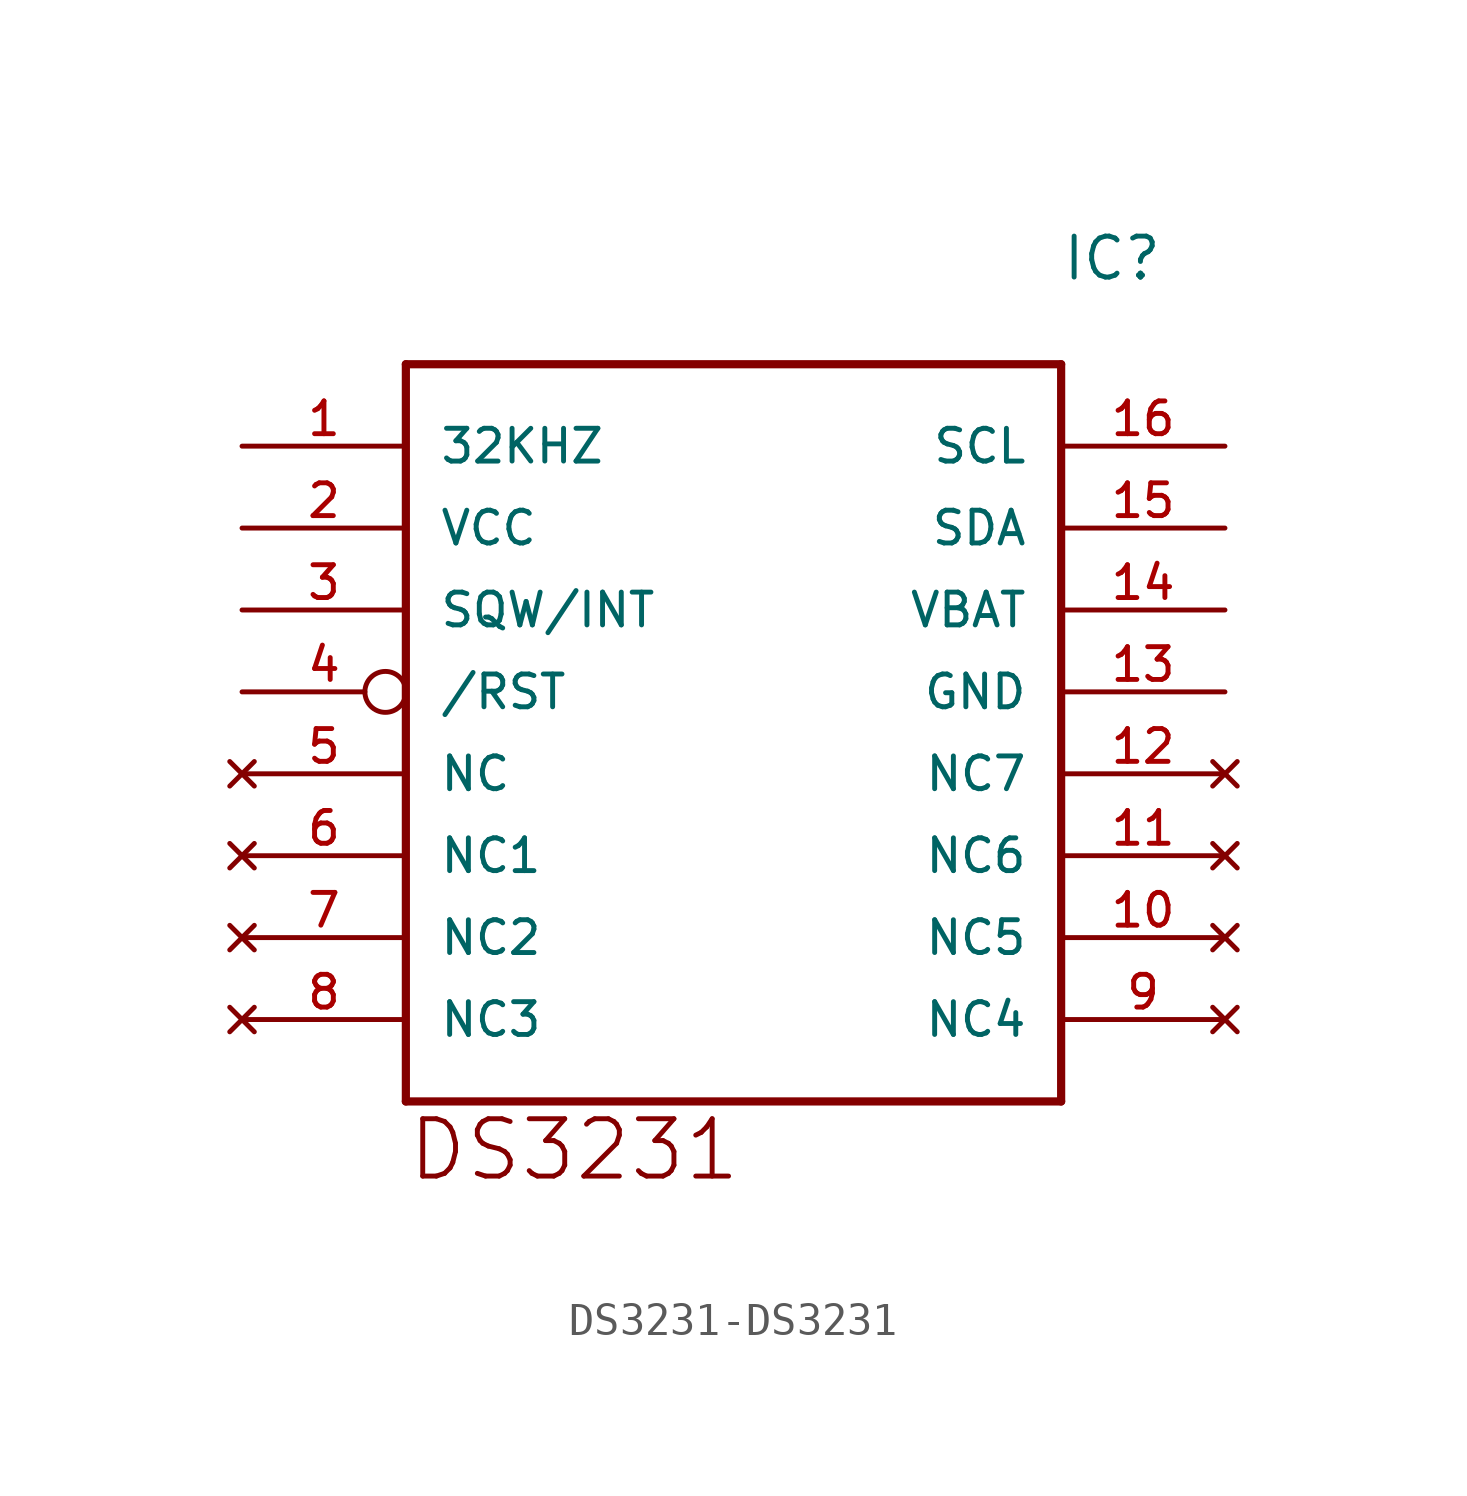
<source format=kicad_sym>
(kicad_symbol_lib
  (version 20220914)
  (generator kicad_symbol_editor)
  (symbol "DS3231-DS3231"
    (pin_names
      (offset 1.016))
    (property "Reference" "IC"
      (at 10.16 15.24 0)
      (effects (font (size 1.27 1.27)) (justify left bottom)))
    (property "ki_locked" ""
      (at 0 0 0)
      (effects (font (size 1.27 1.27))))
    (symbol "DS3231-DS3231_0_0"
      (polyline (pts (xy -10.16 -10.16) (xy -10.16 12.7)) (stroke (width 0.254) (type solid)) (fill (type none)))
      (polyline (pts (xy -10.16 12.7) (xy 10.16 12.7)) (stroke (width 0.254) (type solid)) (fill (type none)))
      (polyline (pts (xy 10.16 -10.16) (xy -10.16 -10.16)) (stroke (width 0.254) (type solid)) (fill (type none)))
      (polyline (pts (xy 10.16 12.7) (xy 10.16 -10.16)) (stroke (width 0.254) (type solid)) (fill (type none)))
      (text "DS3231" (at -10.16 -12.7 0) (effects (font (size 1.778 1.778)) (justify left bottom)))
      (pin output line (at -15.24 10.16 0) (length 5.08) (name "32KHZ" (effects (font (size 1.016 1.016)))) (number "1" (effects (font (size 1.016 1.016)))))
      (pin no_connect line (at 15.24 -5.08 180) (length 5.08) (name "NC5" (effects (font (size 1.016 1.016)))) (number "10" (effects (font (size 1.016 1.016)))))
      (pin no_connect line (at 15.24 -2.54 180) (length 5.08) (name "NC6" (effects (font (size 1.016 1.016)))) (number "11" (effects (font (size 1.016 1.016)))))
      (pin no_connect line (at 15.24 0 180) (length 5.08) (name "NC7" (effects (font (size 1.016 1.016)))) (number "12" (effects (font (size 1.016 1.016)))))
      (pin power_in line (at 15.24 2.54 180) (length 5.08) (name "GND" (effects (font (size 1.016 1.016)))) (number "13" (effects (font (size 1.016 1.016)))))
      (pin power_in line (at 15.24 5.08 180) (length 5.08) (name "VBAT" (effects (font (size 1.016 1.016)))) (number "14" (effects (font (size 1.016 1.016)))))
      (pin bidirectional line (at 15.24 7.62 180) (length 5.08) (name "SDA" (effects (font (size 1.016 1.016)))) (number "15" (effects (font (size 1.016 1.016)))))
      (pin bidirectional line (at 15.24 10.16 180) (length 5.08) (name "SCL" (effects (font (size 1.016 1.016)))) (number "16" (effects (font (size 1.016 1.016)))))
      (pin power_in line (at -15.24 7.62 0) (length 5.08) (name "VCC" (effects (font (size 1.016 1.016)))) (number "2" (effects (font (size 1.016 1.016)))))
      (pin output line (at -15.24 5.08 0) (length 5.08) (name "SQW/INT" (effects (font (size 1.016 1.016)))) (number "3" (effects (font (size 1.016 1.016)))))
      (pin passive inverted (at -15.24 2.54 0) (length 5.08) (name "/RST" (effects (font (size 1.016 1.016)))) (number "4" (effects (font (size 1.016 1.016)))))
      (pin no_connect line (at -15.24 0 0) (length 5.08) (name "NC" (effects (font (size 1.016 1.016)))) (number "5" (effects (font (size 1.016 1.016)))))
      (pin no_connect line (at -15.24 -2.54 0) (length 5.08) (name "NC1" (effects (font (size 1.016 1.016)))) (number "6" (effects (font (size 1.016 1.016)))))
      (pin no_connect line (at -15.24 -5.08 0) (length 5.08) (name "NC2" (effects (font (size 1.016 1.016)))) (number "7" (effects (font (size 1.016 1.016)))))
      (pin no_connect line (at -15.24 -7.62 0) (length 5.08) (name "NC3" (effects (font (size 1.016 1.016)))) (number "8" (effects (font (size 1.016 1.016)))))
      (pin no_connect line (at 15.24 -7.62 180) (length 5.08) (name "NC4" (effects (font (size 1.016 1.016)))) (number "9" (effects (font (size 1.016 1.016))))))))
</source>
